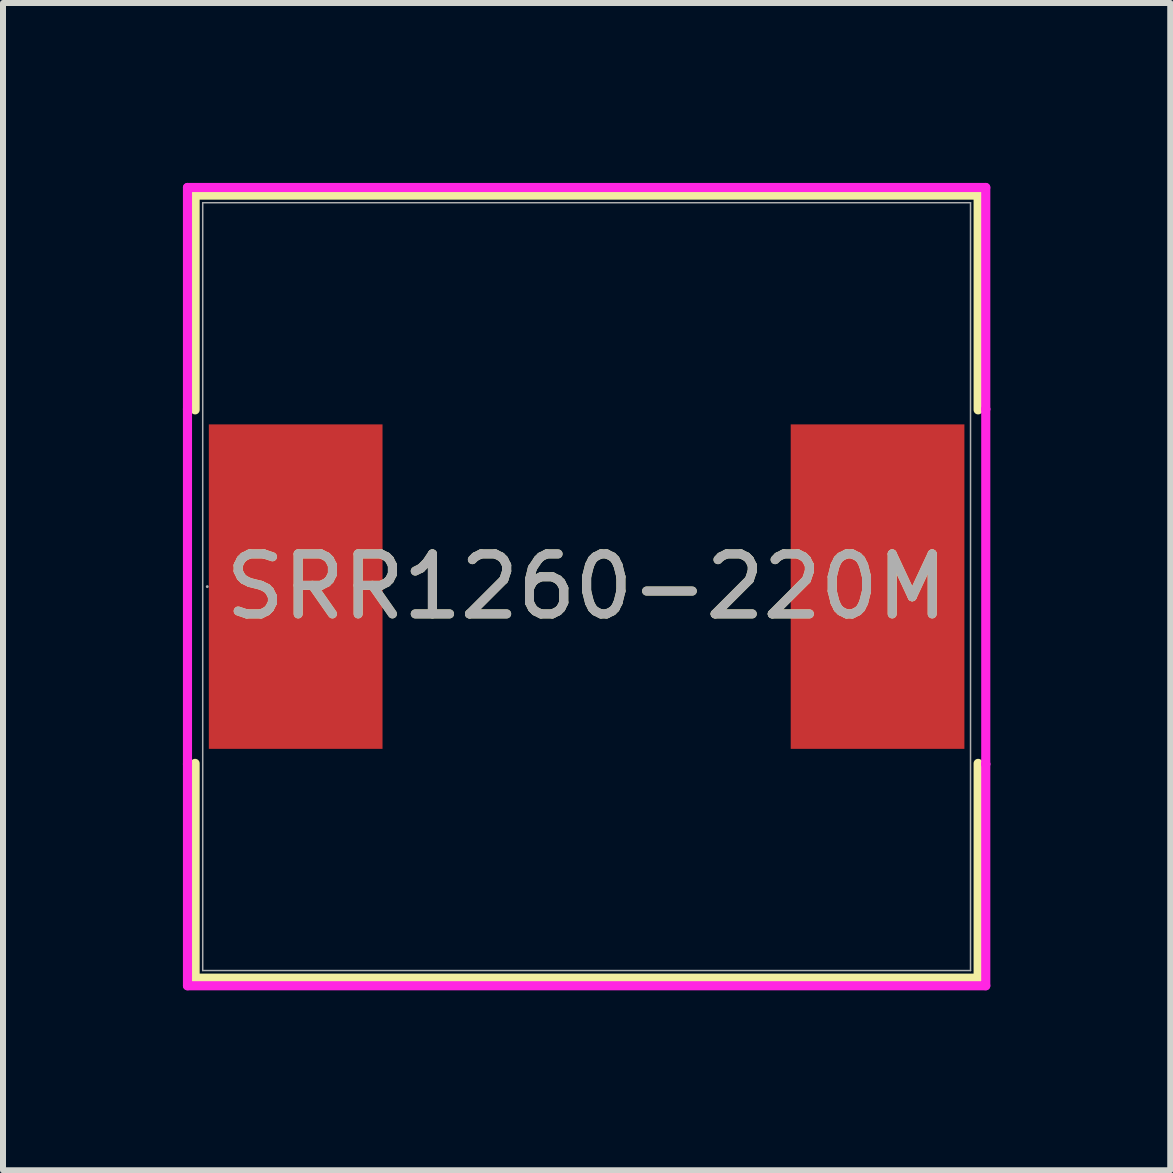
<source format=kicad_pcb>
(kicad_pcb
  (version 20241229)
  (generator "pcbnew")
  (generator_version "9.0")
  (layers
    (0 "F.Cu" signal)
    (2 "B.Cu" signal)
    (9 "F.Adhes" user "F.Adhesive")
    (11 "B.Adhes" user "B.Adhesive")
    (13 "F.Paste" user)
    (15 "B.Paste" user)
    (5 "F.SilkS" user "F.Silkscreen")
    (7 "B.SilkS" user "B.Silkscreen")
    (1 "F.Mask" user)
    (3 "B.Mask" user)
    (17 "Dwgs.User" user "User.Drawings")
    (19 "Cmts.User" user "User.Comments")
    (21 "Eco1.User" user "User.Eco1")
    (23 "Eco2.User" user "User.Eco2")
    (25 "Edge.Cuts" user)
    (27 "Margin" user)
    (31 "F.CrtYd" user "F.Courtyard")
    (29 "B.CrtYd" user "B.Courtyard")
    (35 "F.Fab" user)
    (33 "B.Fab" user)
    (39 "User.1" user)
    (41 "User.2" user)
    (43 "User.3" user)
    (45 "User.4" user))
  (footprint "SRR1260-220M"
    (layer "F.Cu")
    (at 6.731 6.731)
    (property "Reference" "SRR1260-220M" (at 0 0 0) (unlocked yes) (layer "F.SilkS") (effects (font (size 1 1) (thickness 0.15))))
    (attr smd)
    (fp_line (start -6.528 -6.528) (end -6.528 -2.947) (stroke (width 0.152) (type solid)) (layer "F.SilkS"))
    (fp_line (start -6.528 2.947) (end -6.528 6.528) (stroke (width 0.152) (type solid)) (layer "F.SilkS"))
    (fp_line (start -6.528 6.528) (end 6.528 6.528) (stroke (width 0.152) (type solid)) (layer "F.SilkS"))
    (fp_line (start 6.528 -6.528) (end -6.528 -6.528) (stroke (width 0.152) (type solid)) (layer "F.SilkS"))
    (fp_line (start 6.528 -2.947) (end 6.528 -6.528) (stroke (width 0.152) (type solid)) (layer "F.SilkS"))
    (fp_line (start 6.528 6.528) (end 6.528 2.947) (stroke (width 0.152) (type solid)) (layer "F.SilkS"))
    (fp_line (start -6.655 -6.655) (end 6.655 -6.655) (stroke (width 0.152) (type solid)) (layer "F.CrtYd"))
    (fp_line (start -6.655 -2.959) (end -6.655 -6.655) (stroke (width 0.152) (type solid)) (layer "F.CrtYd"))
    (fp_line (start -6.655 -2.959) (end -6.655 -2.959) (stroke (width 0.152) (type solid)) (layer "F.CrtYd"))
    (fp_line (start -6.655 2.959) (end -6.655 -2.959) (stroke (width 0.152) (type solid)) (layer "F.CrtYd"))
    (fp_line (start -6.655 2.959) (end -6.655 2.959) (stroke (width 0.152) (type solid)) (layer "F.CrtYd"))
    (fp_line (start -6.655 6.655) (end -6.655 2.959) (stroke (width 0.152) (type solid)) (layer "F.CrtYd"))
    (fp_line (start 6.655 -6.655) (end 6.655 -2.959) (stroke (width 0.152) (type solid)) (layer "F.CrtYd"))
    (fp_line (start 6.655 -2.959) (end 6.655 -2.959) (stroke (width 0.152) (type solid)) (layer "F.CrtYd"))
    (fp_line (start 6.655 -2.959) (end 6.655 2.959) (stroke (width 0.152) (type solid)) (layer "F.CrtYd"))
    (fp_line (start 6.655 2.959) (end 6.655 2.959) (stroke (width 0.152) (type solid)) (layer "F.CrtYd"))
    (fp_line (start 6.655 2.959) (end 6.655 6.655) (stroke (width 0.152) (type solid)) (layer "F.CrtYd"))
    (fp_line (start 6.655 6.655) (end -6.655 6.655) (stroke (width 0.152) (type solid)) (layer "F.CrtYd"))
    (fp_line (start -6.401 -6.401) (end -6.401 6.401) (stroke (width 0.025) (type solid)) (layer "F.Fab"))
    (fp_line (start -6.401 6.401) (end 6.401 6.401) (stroke (width 0.025) (type solid)) (layer "F.Fab"))
    (fp_line (start 6.401 -6.401) (end -6.401 -6.401) (stroke (width 0.025) (type solid)) (layer "F.Fab"))
    (fp_line (start 6.401 6.401) (end 6.401 -6.401) (stroke (width 0.025) (type solid)) (layer "F.Fab"))
    (fp_circle (center -6.325 0) (end -6.325 0) (stroke (width 0.025) (type solid)) (fill no) (layer "F.Fab"))
    (fp_text user "${REFERENCE}" (at 0 0 0) (unlocked yes) (layer "F.Fab") (effects (font (size 1 1) (thickness 0.15))))
    (pad "1" smd rect (at -4.851 0) (size 2.896 5.41) (layers "F.Cu" "F.Mask" "F.Paste"))
    (pad "2" smd rect (at 4.851 0) (size 2.896 5.41) (layers "F.Cu" "F.Mask" "F.Paste"))
    (zone (net_name "") (layer "F.Cu") (hatch full 0.508) (connect_pads) (min_thickness 0.254) (filled_areas_thickness no) (keepout (tracks not_allowed) (vias not_allowed) (pads allowed) (copperpour not_allowed) (footprints allowed)) (placement (enabled no)) (fill) (polygon (pts (xy 3.378 0.381) (xy 10.084 0.381) (xy 10.084 13.081) (xy 3.378 13.081)))))
  (gr_rect
    (start -3 -3)
    (end 16.462 16.462)
    (stroke (width 0.1) (type default))
    (fill no)
    (layer "Edge.Cuts")))
</source>
